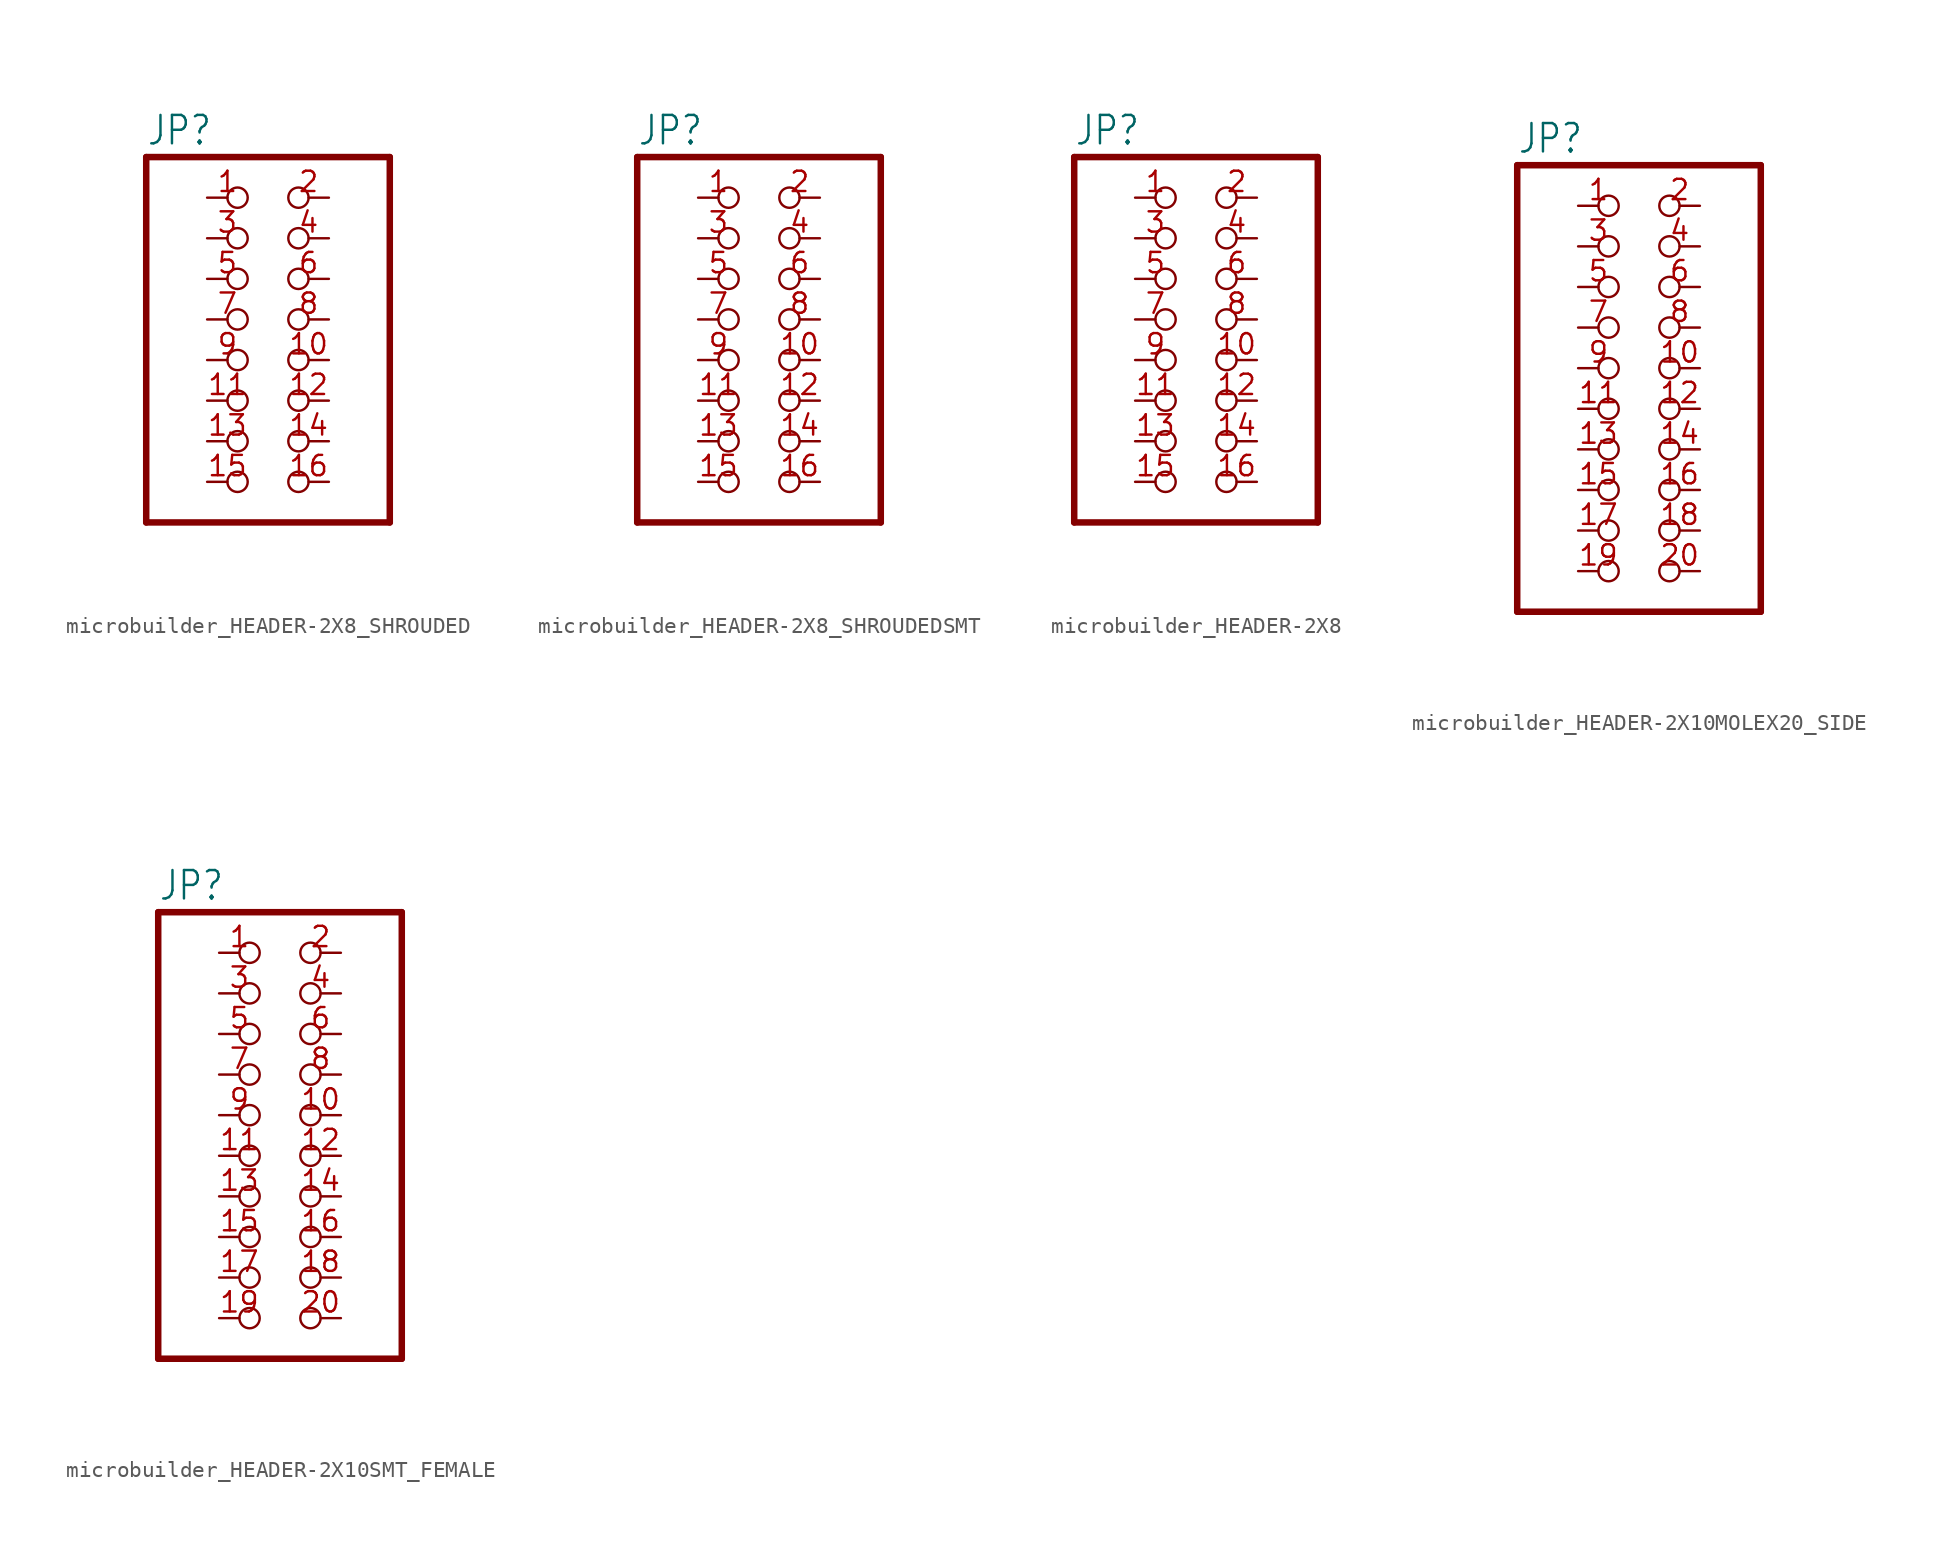
<source format=kicad_sym>
(kicad_symbol_lib
  (version 20231120)
  (generator "kicad_symbol_editor")
  (generator_version "8.0")
  (symbol "microbuilder_HEADER-2X8_SHROUDED"
    (property "Reference" "JP"
      (at -8.89 10.795 0)
      (effects (font (size 1.778 1.511)) (justify left bottom)))
    (property "Value" ""
      (at -8.89 -15.24 0)
      (effects (font (size 1.778 1.511)) (justify left bottom)))
    (property "ki_locked" ""
      (at 0 0 0)
      (effects (font (size 1.27 1.27))))
    (symbol "microbuilder_HEADER-2X8_SHROUDED_1_0"
      (polyline (pts (xy -8.89 -12.7) (xy 6.35 -12.7)) (stroke (width 0.406) (type solid)) (fill (type none)))
      (polyline (pts (xy -8.89 10.16) (xy -8.89 -12.7)) (stroke (width 0.406) (type solid)) (fill (type none)))
      (polyline (pts (xy 6.35 -12.7) (xy 6.35 10.16)) (stroke (width 0.406) (type solid)) (fill (type none)))
      (polyline (pts (xy 6.35 10.16) (xy -8.89 10.16)) (stroke (width 0.406) (type solid)) (fill (type none)))
      (pin passive inverted (at -5.08 7.62 0) (length 2.54) (name "1" (effects (font (size 0 0)))) (number "1" (effects (font (size 1.27 1.27)))))
      (pin passive inverted (at 2.54 -2.54 180) (length 2.54) (name "10" (effects (font (size 0 0)))) (number "10" (effects (font (size 1.27 1.27)))))
      (pin passive inverted (at -5.08 -5.08 0) (length 2.54) (name "11" (effects (font (size 0 0)))) (number "11" (effects (font (size 1.27 1.27)))))
      (pin passive inverted (at 2.54 -5.08 180) (length 2.54) (name "12" (effects (font (size 0 0)))) (number "12" (effects (font (size 1.27 1.27)))))
      (pin passive inverted (at -5.08 -7.62 0) (length 2.54) (name "13" (effects (font (size 0 0)))) (number "13" (effects (font (size 1.27 1.27)))))
      (pin passive inverted (at 2.54 -7.62 180) (length 2.54) (name "14" (effects (font (size 0 0)))) (number "14" (effects (font (size 1.27 1.27)))))
      (pin passive inverted (at -5.08 -10.16 0) (length 2.54) (name "15" (effects (font (size 0 0)))) (number "15" (effects (font (size 1.27 1.27)))))
      (pin passive inverted (at 2.54 -10.16 180) (length 2.54) (name "16" (effects (font (size 0 0)))) (number "16" (effects (font (size 1.27 1.27)))))
      (pin passive inverted (at 2.54 7.62 180) (length 2.54) (name "2" (effects (font (size 0 0)))) (number "2" (effects (font (size 1.27 1.27)))))
      (pin passive inverted (at -5.08 5.08 0) (length 2.54) (name "3" (effects (font (size 0 0)))) (number "3" (effects (font (size 1.27 1.27)))))
      (pin passive inverted (at 2.54 5.08 180) (length 2.54) (name "4" (effects (font (size 0 0)))) (number "4" (effects (font (size 1.27 1.27)))))
      (pin passive inverted (at -5.08 2.54 0) (length 2.54) (name "5" (effects (font (size 0 0)))) (number "5" (effects (font (size 1.27 1.27)))))
      (pin passive inverted (at 2.54 2.54 180) (length 2.54) (name "6" (effects (font (size 0 0)))) (number "6" (effects (font (size 1.27 1.27)))))
      (pin passive inverted (at -5.08 0 0) (length 2.54) (name "7" (effects (font (size 0 0)))) (number "7" (effects (font (size 1.27 1.27)))))
      (pin passive inverted (at 2.54 0 180) (length 2.54) (name "8" (effects (font (size 0 0)))) (number "8" (effects (font (size 1.27 1.27)))))
      (pin passive inverted (at -5.08 -2.54 0) (length 2.54) (name "9" (effects (font (size 0 0)))) (number "9" (effects (font (size 1.27 1.27)))))))
  (symbol "microbuilder_HEADER-2X8_SHROUDEDSMT"
    (property "Reference" "JP"
      (at -8.89 10.795 0)
      (effects (font (size 1.778 1.511)) (justify left bottom)))
    (property "Value" ""
      (at -8.89 -15.24 0)
      (effects (font (size 1.778 1.511)) (justify left bottom)))
    (property "ki_locked" ""
      (at 0 0 0)
      (effects (font (size 1.27 1.27))))
    (symbol "microbuilder_HEADER-2X8_SHROUDEDSMT_1_0"
      (polyline (pts (xy -8.89 -12.7) (xy 6.35 -12.7)) (stroke (width 0.406) (type solid)) (fill (type none)))
      (polyline (pts (xy -8.89 10.16) (xy -8.89 -12.7)) (stroke (width 0.406) (type solid)) (fill (type none)))
      (polyline (pts (xy 6.35 -12.7) (xy 6.35 10.16)) (stroke (width 0.406) (type solid)) (fill (type none)))
      (polyline (pts (xy 6.35 10.16) (xy -8.89 10.16)) (stroke (width 0.406) (type solid)) (fill (type none)))
      (pin passive inverted (at -5.08 7.62 0) (length 2.54) (name "1" (effects (font (size 0 0)))) (number "1" (effects (font (size 1.27 1.27)))))
      (pin passive inverted (at 2.54 -2.54 180) (length 2.54) (name "10" (effects (font (size 0 0)))) (number "10" (effects (font (size 1.27 1.27)))))
      (pin passive inverted (at -5.08 -5.08 0) (length 2.54) (name "11" (effects (font (size 0 0)))) (number "11" (effects (font (size 1.27 1.27)))))
      (pin passive inverted (at 2.54 -5.08 180) (length 2.54) (name "12" (effects (font (size 0 0)))) (number "12" (effects (font (size 1.27 1.27)))))
      (pin passive inverted (at -5.08 -7.62 0) (length 2.54) (name "13" (effects (font (size 0 0)))) (number "13" (effects (font (size 1.27 1.27)))))
      (pin passive inverted (at 2.54 -7.62 180) (length 2.54) (name "14" (effects (font (size 0 0)))) (number "14" (effects (font (size 1.27 1.27)))))
      (pin passive inverted (at -5.08 -10.16 0) (length 2.54) (name "15" (effects (font (size 0 0)))) (number "15" (effects (font (size 1.27 1.27)))))
      (pin passive inverted (at 2.54 -10.16 180) (length 2.54) (name "16" (effects (font (size 0 0)))) (number "16" (effects (font (size 1.27 1.27)))))
      (pin passive inverted (at 2.54 7.62 180) (length 2.54) (name "2" (effects (font (size 0 0)))) (number "2" (effects (font (size 1.27 1.27)))))
      (pin passive inverted (at -5.08 5.08 0) (length 2.54) (name "3" (effects (font (size 0 0)))) (number "3" (effects (font (size 1.27 1.27)))))
      (pin passive inverted (at 2.54 5.08 180) (length 2.54) (name "4" (effects (font (size 0 0)))) (number "4" (effects (font (size 1.27 1.27)))))
      (pin passive inverted (at -5.08 2.54 0) (length 2.54) (name "5" (effects (font (size 0 0)))) (number "5" (effects (font (size 1.27 1.27)))))
      (pin passive inverted (at 2.54 2.54 180) (length 2.54) (name "6" (effects (font (size 0 0)))) (number "6" (effects (font (size 1.27 1.27)))))
      (pin passive inverted (at -5.08 0 0) (length 2.54) (name "7" (effects (font (size 0 0)))) (number "7" (effects (font (size 1.27 1.27)))))
      (pin passive inverted (at 2.54 0 180) (length 2.54) (name "8" (effects (font (size 0 0)))) (number "8" (effects (font (size 1.27 1.27)))))
      (pin passive inverted (at -5.08 -2.54 0) (length 2.54) (name "9" (effects (font (size 0 0)))) (number "9" (effects (font (size 1.27 1.27)))))))
  (symbol "microbuilder_HEADER-2X8"
    (property "Reference" "JP"
      (at -8.89 10.795 0)
      (effects (font (size 1.778 1.511)) (justify left bottom)))
    (property "Value" ""
      (at -8.89 -15.24 0)
      (effects (font (size 1.778 1.511)) (justify left bottom)))
    (property "ki_locked" ""
      (at 0 0 0)
      (effects (font (size 1.27 1.27))))
    (symbol "microbuilder_HEADER-2X8_1_0"
      (polyline (pts (xy -8.89 -12.7) (xy 6.35 -12.7)) (stroke (width 0.406) (type solid)) (fill (type none)))
      (polyline (pts (xy -8.89 10.16) (xy -8.89 -12.7)) (stroke (width 0.406) (type solid)) (fill (type none)))
      (polyline (pts (xy 6.35 -12.7) (xy 6.35 10.16)) (stroke (width 0.406) (type solid)) (fill (type none)))
      (polyline (pts (xy 6.35 10.16) (xy -8.89 10.16)) (stroke (width 0.406) (type solid)) (fill (type none)))
      (pin passive inverted (at -5.08 7.62 0) (length 2.54) (name "1" (effects (font (size 0 0)))) (number "1" (effects (font (size 1.27 1.27)))))
      (pin passive inverted (at 2.54 -2.54 180) (length 2.54) (name "10" (effects (font (size 0 0)))) (number "10" (effects (font (size 1.27 1.27)))))
      (pin passive inverted (at -5.08 -5.08 0) (length 2.54) (name "11" (effects (font (size 0 0)))) (number "11" (effects (font (size 1.27 1.27)))))
      (pin passive inverted (at 2.54 -5.08 180) (length 2.54) (name "12" (effects (font (size 0 0)))) (number "12" (effects (font (size 1.27 1.27)))))
      (pin passive inverted (at -5.08 -7.62 0) (length 2.54) (name "13" (effects (font (size 0 0)))) (number "13" (effects (font (size 1.27 1.27)))))
      (pin passive inverted (at 2.54 -7.62 180) (length 2.54) (name "14" (effects (font (size 0 0)))) (number "14" (effects (font (size 1.27 1.27)))))
      (pin passive inverted (at -5.08 -10.16 0) (length 2.54) (name "15" (effects (font (size 0 0)))) (number "15" (effects (font (size 1.27 1.27)))))
      (pin passive inverted (at 2.54 -10.16 180) (length 2.54) (name "16" (effects (font (size 0 0)))) (number "16" (effects (font (size 1.27 1.27)))))
      (pin passive inverted (at 2.54 7.62 180) (length 2.54) (name "2" (effects (font (size 0 0)))) (number "2" (effects (font (size 1.27 1.27)))))
      (pin passive inverted (at -5.08 5.08 0) (length 2.54) (name "3" (effects (font (size 0 0)))) (number "3" (effects (font (size 1.27 1.27)))))
      (pin passive inverted (at 2.54 5.08 180) (length 2.54) (name "4" (effects (font (size 0 0)))) (number "4" (effects (font (size 1.27 1.27)))))
      (pin passive inverted (at -5.08 2.54 0) (length 2.54) (name "5" (effects (font (size 0 0)))) (number "5" (effects (font (size 1.27 1.27)))))
      (pin passive inverted (at 2.54 2.54 180) (length 2.54) (name "6" (effects (font (size 0 0)))) (number "6" (effects (font (size 1.27 1.27)))))
      (pin passive inverted (at -5.08 0 0) (length 2.54) (name "7" (effects (font (size 0 0)))) (number "7" (effects (font (size 1.27 1.27)))))
      (pin passive inverted (at 2.54 0 180) (length 2.54) (name "8" (effects (font (size 0 0)))) (number "8" (effects (font (size 1.27 1.27)))))
      (pin passive inverted (at -5.08 -2.54 0) (length 2.54) (name "9" (effects (font (size 0 0)))) (number "9" (effects (font (size 1.27 1.27)))))))
  (symbol "microbuilder_HEADER-2X10MOLEX20_SIDE"
    (property "Reference" "JP"
      (at -6.35 13.335 0)
      (effects (font (size 1.778 1.511)) (justify left bottom)))
    (property "Value" ""
      (at -6.35 -17.78 0)
      (effects (font (size 1.778 1.511)) (justify left bottom)))
    (property "ki_locked" ""
      (at 0 0 0)
      (effects (font (size 1.27 1.27))))
    (symbol "microbuilder_HEADER-2X10MOLEX20_SIDE_1_0"
      (polyline (pts (xy -6.35 -15.24) (xy 8.89 -15.24)) (stroke (width 0.406) (type solid)) (fill (type none)))
      (polyline (pts (xy -6.35 12.7) (xy -6.35 -15.24)) (stroke (width 0.406) (type solid)) (fill (type none)))
      (polyline (pts (xy 8.89 -15.24) (xy 8.89 12.7)) (stroke (width 0.406) (type solid)) (fill (type none)))
      (polyline (pts (xy 8.89 12.7) (xy -6.35 12.7)) (stroke (width 0.406) (type solid)) (fill (type none)))
      (pin passive inverted (at -2.54 10.16 0) (length 2.54) (name "1" (effects (font (size 0 0)))) (number "1" (effects (font (size 1.27 1.27)))))
      (pin passive inverted (at 5.08 0 180) (length 2.54) (name "10" (effects (font (size 0 0)))) (number "10" (effects (font (size 1.27 1.27)))))
      (pin passive inverted (at -2.54 -2.54 0) (length 2.54) (name "11" (effects (font (size 0 0)))) (number "11" (effects (font (size 1.27 1.27)))))
      (pin passive inverted (at 5.08 -2.54 180) (length 2.54) (name "12" (effects (font (size 0 0)))) (number "12" (effects (font (size 1.27 1.27)))))
      (pin passive inverted (at -2.54 -5.08 0) (length 2.54) (name "13" (effects (font (size 0 0)))) (number "13" (effects (font (size 1.27 1.27)))))
      (pin passive inverted (at 5.08 -5.08 180) (length 2.54) (name "14" (effects (font (size 0 0)))) (number "14" (effects (font (size 1.27 1.27)))))
      (pin passive inverted (at -2.54 -7.62 0) (length 2.54) (name "15" (effects (font (size 0 0)))) (number "15" (effects (font (size 1.27 1.27)))))
      (pin passive inverted (at 5.08 -7.62 180) (length 2.54) (name "16" (effects (font (size 0 0)))) (number "16" (effects (font (size 1.27 1.27)))))
      (pin passive inverted (at -2.54 -10.16 0) (length 2.54) (name "17" (effects (font (size 0 0)))) (number "17" (effects (font (size 1.27 1.27)))))
      (pin passive inverted (at 5.08 -10.16 180) (length 2.54) (name "18" (effects (font (size 0 0)))) (number "18" (effects (font (size 1.27 1.27)))))
      (pin passive inverted (at -2.54 -12.7 0) (length 2.54) (name "19" (effects (font (size 0 0)))) (number "19" (effects (font (size 1.27 1.27)))))
      (pin passive inverted (at 5.08 10.16 180) (length 2.54) (name "2" (effects (font (size 0 0)))) (number "2" (effects (font (size 1.27 1.27)))))
      (pin passive inverted (at 5.08 -12.7 180) (length 2.54) (name "20" (effects (font (size 0 0)))) (number "20" (effects (font (size 1.27 1.27)))))
      (pin passive inverted (at -2.54 7.62 0) (length 2.54) (name "3" (effects (font (size 0 0)))) (number "3" (effects (font (size 1.27 1.27)))))
      (pin passive inverted (at 5.08 7.62 180) (length 2.54) (name "4" (effects (font (size 0 0)))) (number "4" (effects (font (size 1.27 1.27)))))
      (pin passive inverted (at -2.54 5.08 0) (length 2.54) (name "5" (effects (font (size 0 0)))) (number "5" (effects (font (size 1.27 1.27)))))
      (pin passive inverted (at 5.08 5.08 180) (length 2.54) (name "6" (effects (font (size 0 0)))) (number "6" (effects (font (size 1.27 1.27)))))
      (pin passive inverted (at -2.54 2.54 0) (length 2.54) (name "7" (effects (font (size 0 0)))) (number "7" (effects (font (size 1.27 1.27)))))
      (pin passive inverted (at 5.08 2.54 180) (length 2.54) (name "8" (effects (font (size 0 0)))) (number "8" (effects (font (size 1.27 1.27)))))
      (pin passive inverted (at -2.54 0 0) (length 2.54) (name "9" (effects (font (size 0 0)))) (number "9" (effects (font (size 1.27 1.27)))))))
  (symbol "microbuilder_HEADER-2X10SMT_FEMALE"
    (property "Reference" "JP"
      (at -6.35 13.335 0)
      (effects (font (size 1.778 1.511)) (justify left bottom)))
    (property "Value" ""
      (at -6.35 -17.78 0)
      (effects (font (size 1.778 1.511)) (justify left bottom)))
    (property "ki_locked" ""
      (at 0 0 0)
      (effects (font (size 1.27 1.27))))
    (symbol "microbuilder_HEADER-2X10SMT_FEMALE_1_0"
      (polyline (pts (xy -6.35 -15.24) (xy 8.89 -15.24)) (stroke (width 0.406) (type solid)) (fill (type none)))
      (polyline (pts (xy -6.35 12.7) (xy -6.35 -15.24)) (stroke (width 0.406) (type solid)) (fill (type none)))
      (polyline (pts (xy 8.89 -15.24) (xy 8.89 12.7)) (stroke (width 0.406) (type solid)) (fill (type none)))
      (polyline (pts (xy 8.89 12.7) (xy -6.35 12.7)) (stroke (width 0.406) (type solid)) (fill (type none)))
      (pin passive inverted (at -2.54 10.16 0) (length 2.54) (name "1" (effects (font (size 0 0)))) (number "1" (effects (font (size 1.27 1.27)))))
      (pin passive inverted (at 5.08 0 180) (length 2.54) (name "10" (effects (font (size 0 0)))) (number "10" (effects (font (size 1.27 1.27)))))
      (pin passive inverted (at -2.54 -2.54 0) (length 2.54) (name "11" (effects (font (size 0 0)))) (number "11" (effects (font (size 1.27 1.27)))))
      (pin passive inverted (at 5.08 -2.54 180) (length 2.54) (name "12" (effects (font (size 0 0)))) (number "12" (effects (font (size 1.27 1.27)))))
      (pin passive inverted (at -2.54 -5.08 0) (length 2.54) (name "13" (effects (font (size 0 0)))) (number "13" (effects (font (size 1.27 1.27)))))
      (pin passive inverted (at 5.08 -5.08 180) (length 2.54) (name "14" (effects (font (size 0 0)))) (number "14" (effects (font (size 1.27 1.27)))))
      (pin passive inverted (at -2.54 -7.62 0) (length 2.54) (name "15" (effects (font (size 0 0)))) (number "15" (effects (font (size 1.27 1.27)))))
      (pin passive inverted (at 5.08 -7.62 180) (length 2.54) (name "16" (effects (font (size 0 0)))) (number "16" (effects (font (size 1.27 1.27)))))
      (pin passive inverted (at -2.54 -10.16 0) (length 2.54) (name "17" (effects (font (size 0 0)))) (number "17" (effects (font (size 1.27 1.27)))))
      (pin passive inverted (at 5.08 -10.16 180) (length 2.54) (name "18" (effects (font (size 0 0)))) (number "18" (effects (font (size 1.27 1.27)))))
      (pin passive inverted (at -2.54 -12.7 0) (length 2.54) (name "19" (effects (font (size 0 0)))) (number "19" (effects (font (size 1.27 1.27)))))
      (pin passive inverted (at 5.08 10.16 180) (length 2.54) (name "2" (effects (font (size 0 0)))) (number "2" (effects (font (size 1.27 1.27)))))
      (pin passive inverted (at 5.08 -12.7 180) (length 2.54) (name "20" (effects (font (size 0 0)))) (number "20" (effects (font (size 1.27 1.27)))))
      (pin passive inverted (at -2.54 7.62 0) (length 2.54) (name "3" (effects (font (size 0 0)))) (number "3" (effects (font (size 1.27 1.27)))))
      (pin passive inverted (at 5.08 7.62 180) (length 2.54) (name "4" (effects (font (size 0 0)))) (number "4" (effects (font (size 1.27 1.27)))))
      (pin passive inverted (at -2.54 5.08 0) (length 2.54) (name "5" (effects (font (size 0 0)))) (number "5" (effects (font (size 1.27 1.27)))))
      (pin passive inverted (at 5.08 5.08 180) (length 2.54) (name "6" (effects (font (size 0 0)))) (number "6" (effects (font (size 1.27 1.27)))))
      (pin passive inverted (at -2.54 2.54 0) (length 2.54) (name "7" (effects (font (size 0 0)))) (number "7" (effects (font (size 1.27 1.27)))))
      (pin passive inverted (at 5.08 2.54 180) (length 2.54) (name "8" (effects (font (size 0 0)))) (number "8" (effects (font (size 1.27 1.27)))))
      (pin passive inverted (at -2.54 0 0) (length 2.54) (name "9" (effects (font (size 0 0)))) (number "9" (effects (font (size 1.27 1.27))))))))
</source>
